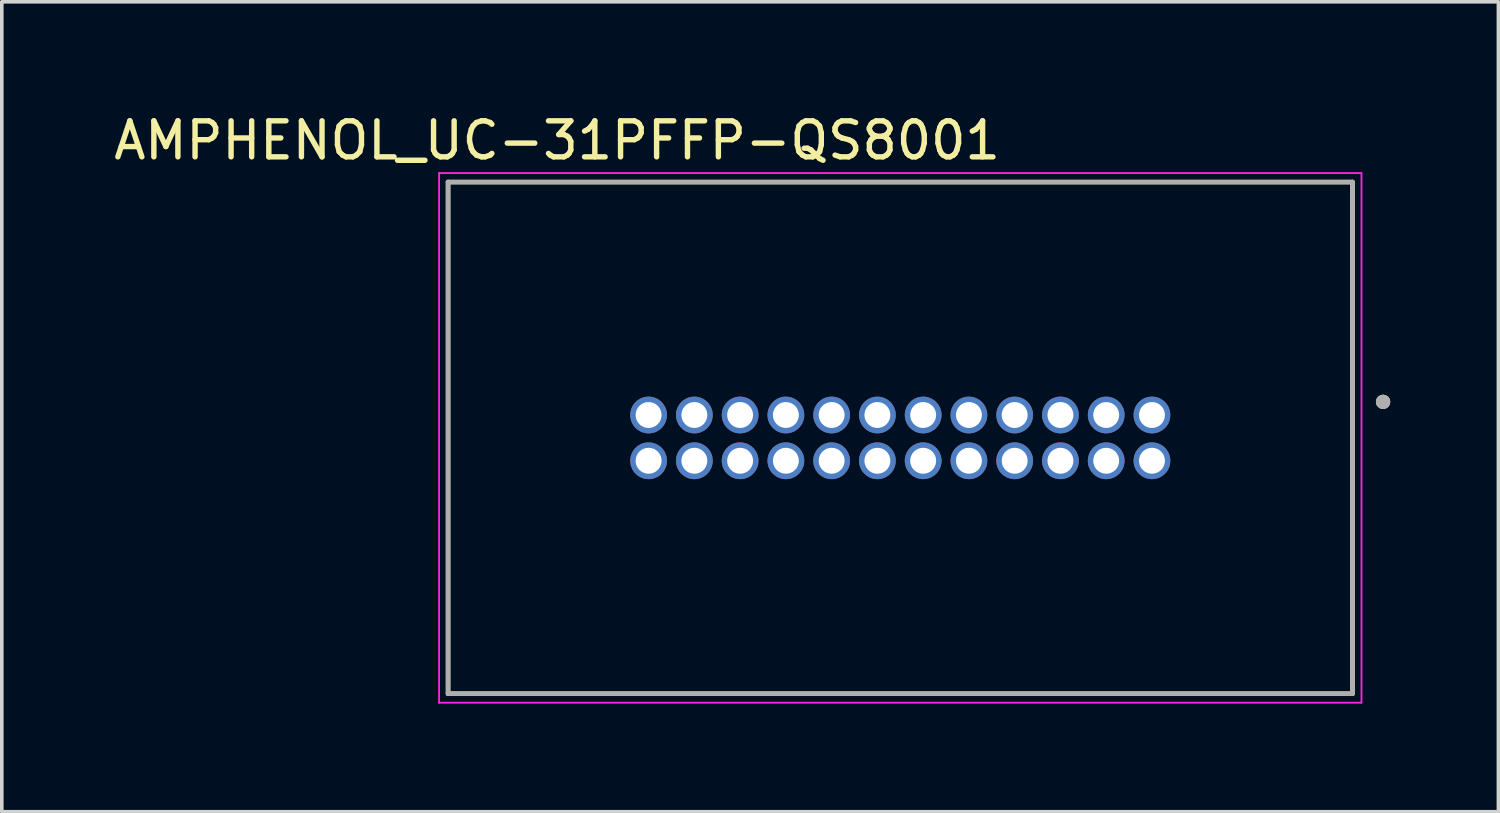
<source format=kicad_pcb>
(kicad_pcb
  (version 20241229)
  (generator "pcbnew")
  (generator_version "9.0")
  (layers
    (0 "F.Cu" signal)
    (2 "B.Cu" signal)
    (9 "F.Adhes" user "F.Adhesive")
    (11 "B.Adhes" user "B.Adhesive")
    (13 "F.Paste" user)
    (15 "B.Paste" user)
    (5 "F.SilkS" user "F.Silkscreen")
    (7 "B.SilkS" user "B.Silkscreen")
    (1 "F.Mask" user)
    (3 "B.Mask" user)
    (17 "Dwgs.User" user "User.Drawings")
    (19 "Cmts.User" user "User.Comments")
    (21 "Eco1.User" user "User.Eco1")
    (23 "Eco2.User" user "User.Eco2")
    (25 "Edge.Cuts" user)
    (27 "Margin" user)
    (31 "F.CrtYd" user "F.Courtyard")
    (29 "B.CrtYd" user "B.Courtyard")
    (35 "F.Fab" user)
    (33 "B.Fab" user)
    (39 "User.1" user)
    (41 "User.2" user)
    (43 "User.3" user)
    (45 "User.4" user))
  (footprint "AMPHENOL_UC-31PFFP-QS8001"
    (layer "F.Cu")
    (at 21.936 9.103)
    (property "Reference" "AMPHENOL_UC-31PFFP-QS8001" (at -9.525 -8.255 0) (layer "F.SilkS") (effects (font (size 1 1) (thickness 0.15))))
    (attr through_hole)
    (fp_line (start -12.55 -7.1) (end 12.55 -7.1) (stroke (width 0.127) (type solid)) (layer "F.SilkS"))
    (fp_line (start -12.55 7.1) (end -12.55 -7.1) (stroke (width 0.127) (type solid)) (layer "F.SilkS"))
    (fp_line (start 12.55 -7.1) (end 12.55 7.1) (stroke (width 0.127) (type solid)) (layer "F.SilkS"))
    (fp_line (start 12.55 7.1) (end -12.55 7.1) (stroke (width 0.127) (type solid)) (layer "F.SilkS"))
    (fp_circle (center 13.4 -1) (end 13.5 -1) (stroke (width 0.2) (type solid)) (fill no) (layer "F.SilkS"))
    (fp_line (start -12.8 -7.35) (end 12.8 -7.35) (stroke (width 0.05) (type solid)) (layer "F.CrtYd"))
    (fp_line (start -12.8 7.35) (end -12.8 -7.35) (stroke (width 0.05) (type solid)) (layer "F.CrtYd"))
    (fp_line (start 12.8 -7.35) (end 12.8 7.35) (stroke (width 0.05) (type solid)) (layer "F.CrtYd"))
    (fp_line (start 12.8 7.35) (end -12.8 7.35) (stroke (width 0.05) (type solid)) (layer "F.CrtYd"))
    (fp_line (start -12.55 -7.1) (end 12.55 -7.1) (stroke (width 0.127) (type solid)) (layer "F.Fab"))
    (fp_line (start -12.55 7.1) (end -12.55 -7.1) (stroke (width 0.127) (type solid)) (layer "F.Fab"))
    (fp_line (start 12.55 -7.1) (end 12.55 7.1) (stroke (width 0.127) (type solid)) (layer "F.Fab"))
    (fp_line (start 12.55 7.1) (end -12.55 7.1) (stroke (width 0.127) (type solid)) (layer "F.Fab"))
    (fp_circle (center 13.4 -1) (end 13.5 -1) (stroke (width 0.2) (type solid)) (fill no) (layer "F.Fab"))
    (pad "A1" thru_hole circle (at 6.985 -0.635) (size 1.02 1.02) (drill 0.72) (layers "*.Cu" "*.Mask"))
    (pad "A2" thru_hole circle (at 5.715 -0.635) (size 1.02 1.02) (drill 0.72) (layers "*.Cu" "*.Mask"))
    (pad "A3" thru_hole circle (at 4.445 -0.635) (size 1.02 1.02) (drill 0.72) (layers "*.Cu" "*.Mask"))
    (pad "A4" thru_hole circle (at 3.175 -0.635) (size 1.02 1.02) (drill 0.72) (layers "*.Cu" "*.Mask"))
    (pad "A5" thru_hole circle (at 1.905 -0.635) (size 1.02 1.02) (drill 0.72) (layers "*.Cu" "*.Mask"))
    (pad "A6" thru_hole circle (at 0.635 -0.635) (size 1.02 1.02) (drill 0.72) (layers "*.Cu" "*.Mask"))
    (pad "A7" thru_hole circle (at -0.635 -0.635) (size 1.02 1.02) (drill 0.72) (layers "*.Cu" "*.Mask"))
    (pad "A8" thru_hole circle (at -1.905 -0.635) (size 1.02 1.02) (drill 0.72) (layers "*.Cu" "*.Mask"))
    (pad "A9" thru_hole circle (at -3.175 -0.635) (size 1.02 1.02) (drill 0.72) (layers "*.Cu" "*.Mask"))
    (pad "A10" thru_hole circle (at -4.445 -0.635) (size 1.02 1.02) (drill 0.72) (layers "*.Cu" "*.Mask"))
    (pad "A11" thru_hole circle (at -5.715 -0.635) (size 1.02 1.02) (drill 0.72) (layers "*.Cu" "*.Mask"))
    (pad "A12" thru_hole circle (at -6.985 -0.635) (size 1.02 1.02) (drill 0.72) (layers "*.Cu" "*.Mask"))
    (pad "B1" thru_hole circle (at -6.985 0.635) (size 1.02 1.02) (drill 0.72) (layers "*.Cu" "*.Mask"))
    (pad "B2" thru_hole circle (at -5.715 0.635) (size 1.02 1.02) (drill 0.72) (layers "*.Cu" "*.Mask"))
    (pad "B3" thru_hole circle (at -4.445 0.635) (size 1.02 1.02) (drill 0.72) (layers "*.Cu" "*.Mask"))
    (pad "B4" thru_hole circle (at -3.175 0.635) (size 1.02 1.02) (drill 0.72) (layers "*.Cu" "*.Mask"))
    (pad "B5" thru_hole circle (at -1.905 0.635) (size 1.02 1.02) (drill 0.72) (layers "*.Cu" "*.Mask"))
    (pad "B6" thru_hole circle (at -0.635 0.635) (size 1.02 1.02) (drill 0.72) (layers "*.Cu" "*.Mask"))
    (pad "B7" thru_hole circle (at 0.635 0.635) (size 1.02 1.02) (drill 0.72) (layers "*.Cu" "*.Mask"))
    (pad "B8" thru_hole circle (at 1.905 0.635) (size 1.02 1.02) (drill 0.72) (layers "*.Cu" "*.Mask"))
    (pad "B9" thru_hole circle (at 3.175 0.635) (size 1.02 1.02) (drill 0.72) (layers "*.Cu" "*.Mask"))
    (pad "B10" thru_hole circle (at 4.445 0.635) (size 1.02 1.02) (drill 0.72) (layers "*.Cu" "*.Mask"))
    (pad "B11" thru_hole circle (at 5.715 0.635) (size 1.02 1.02) (drill 0.72) (layers "*.Cu" "*.Mask"))
    (pad "B12" thru_hole circle (at 6.985 0.635) (size 1.02 1.02) (drill 0.72) (layers "*.Cu" "*.Mask")))
  (gr_rect
    (start -3 -3)
    (end 38.536 19.478)
    (stroke (width 0.1) (type default))
    (fill no)
    (layer "Edge.Cuts")))
</source>
